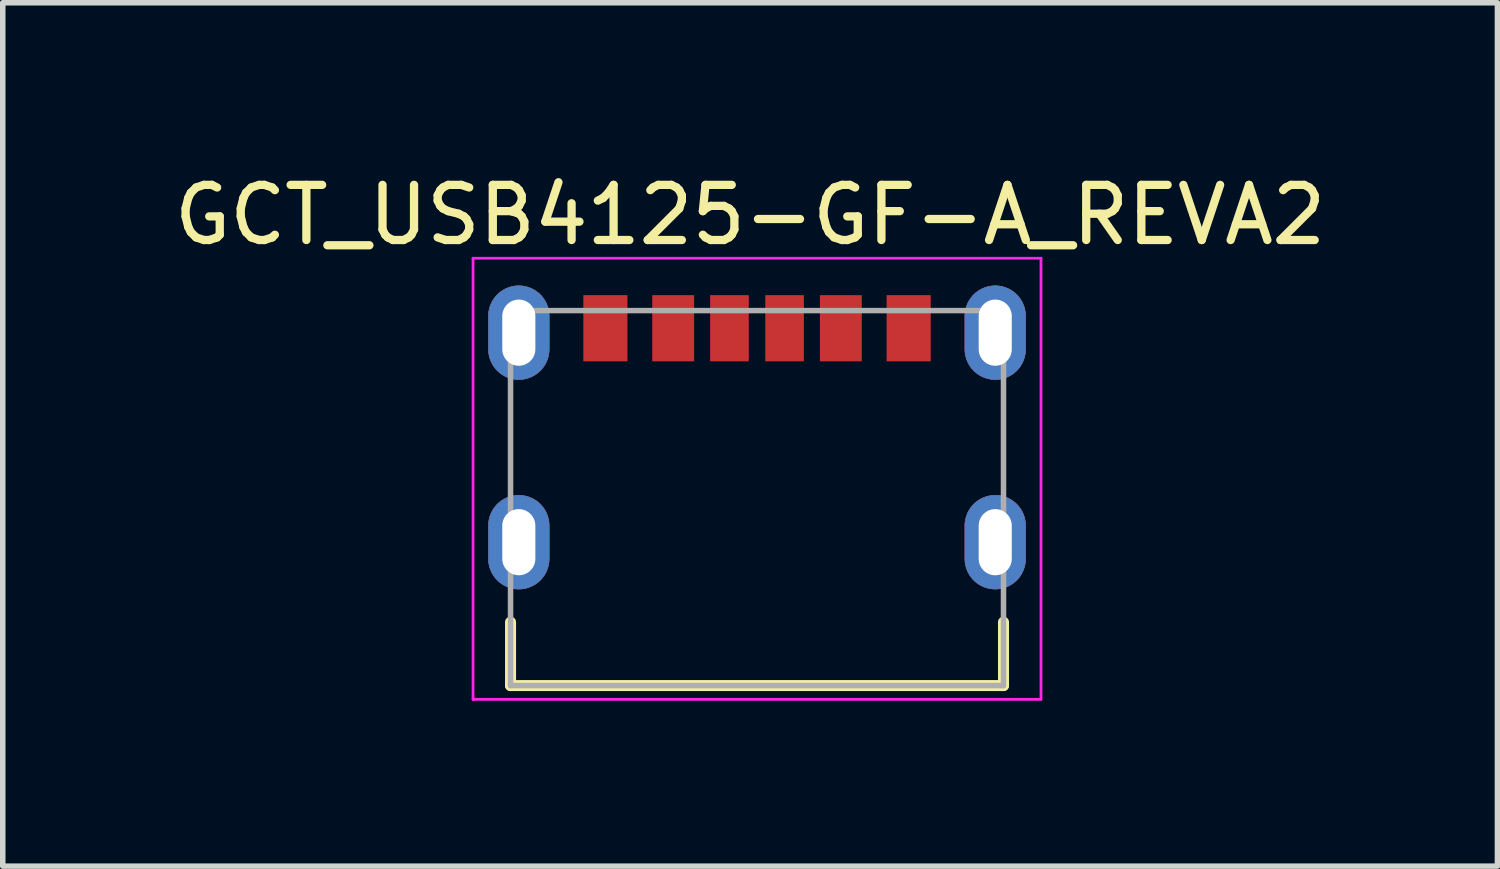
<source format=kicad_pcb>
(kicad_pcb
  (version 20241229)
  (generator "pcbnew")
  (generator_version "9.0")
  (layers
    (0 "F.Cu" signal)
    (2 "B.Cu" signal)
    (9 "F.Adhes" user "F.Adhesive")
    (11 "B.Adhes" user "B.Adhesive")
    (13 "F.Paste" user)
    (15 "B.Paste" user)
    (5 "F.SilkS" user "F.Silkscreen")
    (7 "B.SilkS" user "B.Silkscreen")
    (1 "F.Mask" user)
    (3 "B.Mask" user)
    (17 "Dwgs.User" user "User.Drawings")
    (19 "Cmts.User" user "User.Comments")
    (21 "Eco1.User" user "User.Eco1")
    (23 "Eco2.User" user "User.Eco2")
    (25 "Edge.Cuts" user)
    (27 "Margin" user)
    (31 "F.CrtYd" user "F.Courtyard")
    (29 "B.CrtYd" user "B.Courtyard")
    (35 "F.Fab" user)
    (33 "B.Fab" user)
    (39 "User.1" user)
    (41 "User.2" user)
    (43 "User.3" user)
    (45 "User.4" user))
  (footprint "GCT_USB4125-GF-A_REVA2"
    (layer "F.Cu")
    (at 10.679 5.983)
    (property "Reference" "GCT_USB4125-GF-A_REVA2" (at -0.125 -5.135 0) (layer "F.SilkS") (effects (font (size 1 1) (thickness 0.15))))
    (attr smd)
    (fp_poly (pts (xy -4.32 -3.85) (xy -4.349 -3.849) (xy -4.377 -3.847) (xy -4.406 -3.843) (xy -4.434 -3.838) (xy -4.462 -3.831) (xy -4.49 -3.823) (xy -4.517 -3.813) (xy -4.544 -3.802) (xy -4.57 -3.79) (xy -4.595 -3.776) (xy -4.62 -3.761) (xy -4.643 -3.745) (xy -4.666 -3.727) (xy -4.688 -3.709) (xy -4.709 -3.689) (xy -4.729 -3.668) (xy -4.747 -3.646) (xy -4.765 -3.623) (xy -4.781 -3.6) (xy -4.796 -3.575) (xy -4.81 -3.55) (xy -4.822 -3.524) (xy -4.833 -3.497) (xy -4.843 -3.47) (xy -4.851 -3.442) (xy -4.858 -3.414) (xy -4.863 -3.386) (xy -4.867 -3.357) (xy -4.869 -3.329) (xy -4.87 -3.3) (xy -4.87 -2.7) (xy -4.869 -2.671) (xy -4.867 -2.643) (xy -4.863 -2.614) (xy -4.858 -2.586) (xy -4.851 -2.558) (xy -4.843 -2.53) (xy -4.833 -2.503) (xy -4.822 -2.476) (xy -4.81 -2.45) (xy -4.796 -2.425) (xy -4.781 -2.4) (xy -4.765 -2.377) (xy -4.747 -2.354) (xy -4.729 -2.332) (xy -4.709 -2.311) (xy -4.688 -2.291) (xy -4.666 -2.273) (xy -4.643 -2.255) (xy -4.62 -2.239) (xy -4.595 -2.224) (xy -4.57 -2.21) (xy -4.544 -2.198) (xy -4.517 -2.187) (xy -4.49 -2.177) (xy -4.462 -2.169) (xy -4.434 -2.162) (xy -4.406 -2.157) (xy -4.377 -2.153) (xy -4.349 -2.151) (xy -4.32 -2.15) (xy -4.291 -2.151) (xy -4.263 -2.153) (xy -4.234 -2.157) (xy -4.206 -2.162) (xy -4.178 -2.169) (xy -4.15 -2.177) (xy -4.123 -2.187) (xy -4.096 -2.198) (xy -4.07 -2.21) (xy -4.045 -2.224) (xy -4.02 -2.239) (xy -3.997 -2.255) (xy -3.974 -2.273) (xy -3.952 -2.291) (xy -3.931 -2.311) (xy -3.911 -2.332) (xy -3.893 -2.354) (xy -3.875 -2.377) (xy -3.859 -2.4) (xy -3.844 -2.425) (xy -3.83 -2.45) (xy -3.818 -2.476) (xy -3.807 -2.503) (xy -3.797 -2.53) (xy -3.789 -2.558) (xy -3.782 -2.586) (xy -3.777 -2.614) (xy -3.773 -2.643) (xy -3.771 -2.671) (xy -3.77 -2.7) (xy -3.77 -3.3) (xy -3.771 -3.329) (xy -3.773 -3.357) (xy -3.777 -3.386) (xy -3.782 -3.414) (xy -3.789 -3.442) (xy -3.797 -3.47) (xy -3.807 -3.497) (xy -3.818 -3.524) (xy -3.83 -3.55) (xy -3.844 -3.575) (xy -3.859 -3.6) (xy -3.875 -3.623) (xy -3.893 -3.646) (xy -3.911 -3.668) (xy -3.931 -3.689) (xy -3.952 -3.709) (xy -3.974 -3.727) (xy -3.997 -3.745) (xy -4.02 -3.761) (xy -4.045 -3.776) (xy -4.07 -3.79) (xy -4.096 -3.802) (xy -4.123 -3.813) (xy -4.15 -3.823) (xy -4.178 -3.831) (xy -4.206 -3.838) (xy -4.234 -3.843) (xy -4.263 -3.847) (xy -4.291 -3.849) (xy -4.32 -3.85)) (stroke (width 0.01) (type solid)) (fill yes) (layer "F.Cu"))
    (fp_poly (pts (xy -4.32 -0.05) (xy -4.349 -0.049) (xy -4.377 -0.047) (xy -4.406 -0.043) (xy -4.434 -0.038) (xy -4.462 -0.031) (xy -4.49 -0.023) (xy -4.517 -0.013) (xy -4.544 -0.002) (xy -4.57 0.01) (xy -4.595 0.024) (xy -4.62 0.039) (xy -4.643 0.055) (xy -4.666 0.073) (xy -4.688 0.091) (xy -4.709 0.111) (xy -4.729 0.132) (xy -4.747 0.154) (xy -4.765 0.177) (xy -4.781 0.2) (xy -4.796 0.225) (xy -4.81 0.25) (xy -4.822 0.276) (xy -4.833 0.303) (xy -4.843 0.33) (xy -4.851 0.358) (xy -4.858 0.386) (xy -4.863 0.414) (xy -4.867 0.443) (xy -4.869 0.471) (xy -4.87 0.5) (xy -4.87 1.1) (xy -4.869 1.129) (xy -4.867 1.157) (xy -4.863 1.186) (xy -4.858 1.214) (xy -4.851 1.242) (xy -4.843 1.27) (xy -4.833 1.297) (xy -4.822 1.324) (xy -4.81 1.35) (xy -4.796 1.375) (xy -4.781 1.4) (xy -4.765 1.423) (xy -4.747 1.446) (xy -4.729 1.468) (xy -4.709 1.489) (xy -4.688 1.509) (xy -4.666 1.527) (xy -4.643 1.545) (xy -4.62 1.561) (xy -4.595 1.576) (xy -4.57 1.59) (xy -4.544 1.602) (xy -4.517 1.613) (xy -4.49 1.623) (xy -4.462 1.631) (xy -4.434 1.638) (xy -4.406 1.643) (xy -4.377 1.647) (xy -4.349 1.649) (xy -4.32 1.65) (xy -4.291 1.649) (xy -4.263 1.647) (xy -4.234 1.643) (xy -4.206 1.638) (xy -4.178 1.631) (xy -4.15 1.623) (xy -4.123 1.613) (xy -4.096 1.602) (xy -4.07 1.59) (xy -4.045 1.576) (xy -4.02 1.561) (xy -3.997 1.545) (xy -3.974 1.527) (xy -3.952 1.509) (xy -3.931 1.489) (xy -3.911 1.468) (xy -3.893 1.446) (xy -3.875 1.423) (xy -3.859 1.4) (xy -3.844 1.375) (xy -3.83 1.35) (xy -3.818 1.324) (xy -3.807 1.297) (xy -3.797 1.27) (xy -3.789 1.242) (xy -3.782 1.214) (xy -3.777 1.186) (xy -3.773 1.157) (xy -3.771 1.129) (xy -3.77 1.1) (xy -3.77 0.5) (xy -3.771 0.471) (xy -3.773 0.443) (xy -3.777 0.414) (xy -3.782 0.386) (xy -3.789 0.358) (xy -3.797 0.33) (xy -3.807 0.303) (xy -3.818 0.276) (xy -3.83 0.25) (xy -3.844 0.225) (xy -3.859 0.2) (xy -3.875 0.177) (xy -3.893 0.154) (xy -3.911 0.132) (xy -3.931 0.111) (xy -3.952 0.091) (xy -3.974 0.073) (xy -3.997 0.055) (xy -4.02 0.039) (xy -4.045 0.024) (xy -4.07 0.01) (xy -4.096 -0.002) (xy -4.123 -0.013) (xy -4.15 -0.023) (xy -4.178 -0.031) (xy -4.206 -0.038) (xy -4.234 -0.043) (xy -4.263 -0.047) (xy -4.291 -0.049) (xy -4.32 -0.05)) (stroke (width 0.01) (type solid)) (fill yes) (layer "F.Cu"))
    (fp_poly (pts (xy 4.32 -3.85) (xy 4.291 -3.849) (xy 4.263 -3.847) (xy 4.234 -3.843) (xy 4.206 -3.838) (xy 4.178 -3.831) (xy 4.15 -3.823) (xy 4.123 -3.813) (xy 4.096 -3.802) (xy 4.07 -3.79) (xy 4.045 -3.776) (xy 4.02 -3.761) (xy 3.997 -3.745) (xy 3.974 -3.727) (xy 3.952 -3.709) (xy 3.931 -3.689) (xy 3.911 -3.668) (xy 3.893 -3.646) (xy 3.875 -3.623) (xy 3.859 -3.6) (xy 3.844 -3.575) (xy 3.83 -3.55) (xy 3.818 -3.524) (xy 3.807 -3.497) (xy 3.797 -3.47) (xy 3.789 -3.442) (xy 3.782 -3.414) (xy 3.777 -3.386) (xy 3.773 -3.357) (xy 3.771 -3.329) (xy 3.77 -3.3) (xy 3.77 -2.7) (xy 3.771 -2.671) (xy 3.773 -2.643) (xy 3.777 -2.614) (xy 3.782 -2.586) (xy 3.789 -2.558) (xy 3.797 -2.53) (xy 3.807 -2.503) (xy 3.818 -2.476) (xy 3.83 -2.45) (xy 3.844 -2.425) (xy 3.859 -2.4) (xy 3.875 -2.377) (xy 3.893 -2.354) (xy 3.911 -2.332) (xy 3.931 -2.311) (xy 3.952 -2.291) (xy 3.974 -2.273) (xy 3.997 -2.255) (xy 4.02 -2.239) (xy 4.045 -2.224) (xy 4.07 -2.21) (xy 4.096 -2.198) (xy 4.123 -2.187) (xy 4.15 -2.177) (xy 4.178 -2.169) (xy 4.206 -2.162) (xy 4.234 -2.157) (xy 4.263 -2.153) (xy 4.291 -2.151) (xy 4.32 -2.15) (xy 4.349 -2.151) (xy 4.377 -2.153) (xy 4.406 -2.157) (xy 4.434 -2.162) (xy 4.462 -2.169) (xy 4.49 -2.177) (xy 4.517 -2.187) (xy 4.544 -2.198) (xy 4.57 -2.21) (xy 4.595 -2.224) (xy 4.62 -2.239) (xy 4.643 -2.255) (xy 4.666 -2.273) (xy 4.688 -2.291) (xy 4.709 -2.311) (xy 4.729 -2.332) (xy 4.747 -2.354) (xy 4.765 -2.377) (xy 4.781 -2.4) (xy 4.796 -2.425) (xy 4.81 -2.45) (xy 4.822 -2.476) (xy 4.833 -2.503) (xy 4.843 -2.53) (xy 4.851 -2.558) (xy 4.858 -2.586) (xy 4.863 -2.614) (xy 4.867 -2.643) (xy 4.869 -2.671) (xy 4.87 -2.7) (xy 4.87 -3.3) (xy 4.869 -3.329) (xy 4.867 -3.357) (xy 4.863 -3.386) (xy 4.858 -3.414) (xy 4.851 -3.442) (xy 4.843 -3.47) (xy 4.833 -3.497) (xy 4.822 -3.524) (xy 4.81 -3.55) (xy 4.796 -3.575) (xy 4.781 -3.6) (xy 4.765 -3.623) (xy 4.747 -3.646) (xy 4.729 -3.668) (xy 4.709 -3.689) (xy 4.688 -3.709) (xy 4.666 -3.727) (xy 4.643 -3.745) (xy 4.62 -3.761) (xy 4.595 -3.776) (xy 4.57 -3.79) (xy 4.544 -3.802) (xy 4.517 -3.813) (xy 4.49 -3.823) (xy 4.462 -3.831) (xy 4.434 -3.838) (xy 4.406 -3.843) (xy 4.377 -3.847) (xy 4.349 -3.849) (xy 4.32 -3.85)) (stroke (width 0.01) (type solid)) (fill yes) (layer "F.Cu"))
    (fp_poly (pts (xy 4.32 -0.05) (xy 4.291 -0.049) (xy 4.263 -0.047) (xy 4.234 -0.043) (xy 4.206 -0.038) (xy 4.178 -0.031) (xy 4.15 -0.023) (xy 4.123 -0.013) (xy 4.096 -0.002) (xy 4.07 0.01) (xy 4.045 0.024) (xy 4.02 0.039) (xy 3.997 0.055) (xy 3.974 0.073) (xy 3.952 0.091) (xy 3.931 0.111) (xy 3.911 0.132) (xy 3.893 0.154) (xy 3.875 0.177) (xy 3.859 0.2) (xy 3.844 0.225) (xy 3.83 0.25) (xy 3.818 0.276) (xy 3.807 0.303) (xy 3.797 0.33) (xy 3.789 0.358) (xy 3.782 0.386) (xy 3.777 0.414) (xy 3.773 0.443) (xy 3.771 0.471) (xy 3.77 0.5) (xy 3.77 1.1) (xy 3.771 1.129) (xy 3.773 1.157) (xy 3.777 1.186) (xy 3.782 1.214) (xy 3.789 1.242) (xy 3.797 1.27) (xy 3.807 1.297) (xy 3.818 1.324) (xy 3.83 1.35) (xy 3.844 1.375) (xy 3.859 1.4) (xy 3.875 1.423) (xy 3.893 1.446) (xy 3.911 1.468) (xy 3.931 1.489) (xy 3.952 1.509) (xy 3.974 1.527) (xy 3.997 1.545) (xy 4.02 1.561) (xy 4.045 1.576) (xy 4.07 1.59) (xy 4.096 1.602) (xy 4.123 1.613) (xy 4.15 1.623) (xy 4.178 1.631) (xy 4.206 1.638) (xy 4.234 1.643) (xy 4.263 1.647) (xy 4.291 1.649) (xy 4.32 1.65) (xy 4.349 1.649) (xy 4.377 1.647) (xy 4.406 1.643) (xy 4.434 1.638) (xy 4.462 1.631) (xy 4.49 1.623) (xy 4.517 1.613) (xy 4.544 1.602) (xy 4.57 1.59) (xy 4.595 1.576) (xy 4.62 1.561) (xy 4.643 1.545) (xy 4.666 1.527) (xy 4.688 1.509) (xy 4.709 1.489) (xy 4.729 1.468) (xy 4.747 1.446) (xy 4.765 1.423) (xy 4.781 1.4) (xy 4.796 1.375) (xy 4.81 1.35) (xy 4.822 1.324) (xy 4.833 1.297) (xy 4.843 1.27) (xy 4.851 1.242) (xy 4.858 1.214) (xy 4.863 1.186) (xy 4.867 1.157) (xy 4.869 1.129) (xy 4.87 1.1) (xy 4.87 0.5) (xy 4.869 0.471) (xy 4.867 0.443) (xy 4.863 0.414) (xy 4.858 0.386) (xy 4.851 0.358) (xy 4.843 0.33) (xy 4.833 0.303) (xy 4.822 0.276) (xy 4.81 0.25) (xy 4.796 0.225) (xy 4.781 0.2) (xy 4.765 0.177) (xy 4.747 0.154) (xy 4.729 0.132) (xy 4.709 0.111) (xy 4.688 0.091) (xy 4.666 0.073) (xy 4.643 0.055) (xy 4.62 0.039) (xy 4.595 0.024) (xy 4.57 0.01) (xy 4.544 -0.002) (xy 4.517 -0.013) (xy 4.49 -0.023) (xy 4.462 -0.031) (xy 4.434 -0.038) (xy 4.406 -0.043) (xy 4.377 -0.047) (xy 4.349 -0.049) (xy 4.32 -0.05)) (stroke (width 0.01) (type solid)) (fill yes) (layer "F.Cu"))
    (fp_poly (pts (xy -4.32 -3.95) (xy -4.354 -3.949) (xy -4.388 -3.946) (xy -4.422 -3.942) (xy -4.455 -3.936) (xy -4.488 -3.928) (xy -4.521 -3.918) (xy -4.553 -3.907) (xy -4.584 -3.894) (xy -4.615 -3.879) (xy -4.645 -3.863) (xy -4.674 -3.845) (xy -4.702 -3.826) (xy -4.729 -3.805) (xy -4.755 -3.783) (xy -4.78 -3.76) (xy -4.803 -3.735) (xy -4.825 -3.709) (xy -4.846 -3.682) (xy -4.865 -3.654) (xy -4.883 -3.625) (xy -4.899 -3.595) (xy -4.914 -3.564) (xy -4.927 -3.533) (xy -4.938 -3.501) (xy -4.948 -3.468) (xy -4.956 -3.435) (xy -4.962 -3.402) (xy -4.966 -3.368) (xy -4.969 -3.334) (xy -4.97 -3.3) (xy -4.97 -2.7) (xy -4.969 -2.666) (xy -4.966 -2.632) (xy -4.962 -2.598) (xy -4.956 -2.565) (xy -4.948 -2.532) (xy -4.938 -2.499) (xy -4.927 -2.467) (xy -4.914 -2.436) (xy -4.899 -2.405) (xy -4.883 -2.375) (xy -4.865 -2.346) (xy -4.846 -2.318) (xy -4.825 -2.291) (xy -4.803 -2.265) (xy -4.78 -2.24) (xy -4.755 -2.217) (xy -4.729 -2.195) (xy -4.702 -2.174) (xy -4.674 -2.155) (xy -4.645 -2.137) (xy -4.615 -2.121) (xy -4.584 -2.106) (xy -4.553 -2.093) (xy -4.521 -2.082) (xy -4.488 -2.072) (xy -4.455 -2.064) (xy -4.422 -2.058) (xy -4.388 -2.054) (xy -4.354 -2.051) (xy -4.32 -2.05) (xy -4.286 -2.051) (xy -4.252 -2.054) (xy -4.218 -2.058) (xy -4.185 -2.064) (xy -4.152 -2.072) (xy -4.119 -2.082) (xy -4.087 -2.093) (xy -4.056 -2.106) (xy -4.025 -2.121) (xy -3.995 -2.137) (xy -3.966 -2.155) (xy -3.938 -2.174) (xy -3.911 -2.195) (xy -3.885 -2.217) (xy -3.86 -2.24) (xy -3.837 -2.265) (xy -3.815 -2.291) (xy -3.794 -2.318) (xy -3.775 -2.346) (xy -3.757 -2.375) (xy -3.741 -2.405) (xy -3.726 -2.436) (xy -3.713 -2.467) (xy -3.702 -2.499) (xy -3.692 -2.532) (xy -3.684 -2.565) (xy -3.678 -2.598) (xy -3.674 -2.632) (xy -3.671 -2.666) (xy -3.67 -2.7) (xy -3.67 -3.3) (xy -3.671 -3.334) (xy -3.674 -3.368) (xy -3.678 -3.402) (xy -3.684 -3.435) (xy -3.692 -3.468) (xy -3.702 -3.501) (xy -3.713 -3.533) (xy -3.726 -3.564) (xy -3.741 -3.595) (xy -3.757 -3.625) (xy -3.775 -3.654) (xy -3.794 -3.682) (xy -3.815 -3.709) (xy -3.837 -3.735) (xy -3.86 -3.76) (xy -3.885 -3.783) (xy -3.911 -3.805) (xy -3.938 -3.826) (xy -3.966 -3.845) (xy -3.995 -3.863) (xy -4.025 -3.879) (xy -4.056 -3.894) (xy -4.087 -3.907) (xy -4.119 -3.918) (xy -4.152 -3.928) (xy -4.185 -3.936) (xy -4.218 -3.942) (xy -4.252 -3.946) (xy -4.286 -3.949) (xy -4.32 -3.95)) (stroke (width 0.01) (type solid)) (fill yes) (layer "F.Mask"))
    (fp_poly (pts (xy -4.32 -0.15) (xy -4.354 -0.149) (xy -4.388 -0.146) (xy -4.422 -0.142) (xy -4.455 -0.136) (xy -4.488 -0.128) (xy -4.521 -0.118) (xy -4.553 -0.107) (xy -4.584 -0.094) (xy -4.615 -0.079) (xy -4.645 -0.063) (xy -4.674 -0.045) (xy -4.702 -0.026) (xy -4.729 -0.005) (xy -4.755 0.017) (xy -4.78 0.04) (xy -4.803 0.065) (xy -4.825 0.091) (xy -4.846 0.118) (xy -4.865 0.146) (xy -4.883 0.175) (xy -4.899 0.205) (xy -4.914 0.236) (xy -4.927 0.267) (xy -4.938 0.299) (xy -4.948 0.332) (xy -4.956 0.365) (xy -4.962 0.398) (xy -4.966 0.432) (xy -4.969 0.466) (xy -4.97 0.5) (xy -4.97 1.1) (xy -4.969 1.134) (xy -4.966 1.168) (xy -4.962 1.202) (xy -4.956 1.235) (xy -4.948 1.268) (xy -4.938 1.301) (xy -4.927 1.333) (xy -4.914 1.364) (xy -4.899 1.395) (xy -4.883 1.425) (xy -4.865 1.454) (xy -4.846 1.482) (xy -4.825 1.509) (xy -4.803 1.535) (xy -4.78 1.56) (xy -4.755 1.583) (xy -4.729 1.605) (xy -4.702 1.626) (xy -4.674 1.645) (xy -4.645 1.663) (xy -4.615 1.679) (xy -4.584 1.694) (xy -4.553 1.707) (xy -4.521 1.718) (xy -4.488 1.728) (xy -4.455 1.736) (xy -4.422 1.742) (xy -4.388 1.746) (xy -4.354 1.749) (xy -4.32 1.75) (xy -4.286 1.749) (xy -4.252 1.746) (xy -4.218 1.742) (xy -4.185 1.736) (xy -4.152 1.728) (xy -4.119 1.718) (xy -4.087 1.707) (xy -4.056 1.694) (xy -4.025 1.679) (xy -3.995 1.663) (xy -3.966 1.645) (xy -3.938 1.626) (xy -3.911 1.605) (xy -3.885 1.583) (xy -3.86 1.56) (xy -3.837 1.535) (xy -3.815 1.509) (xy -3.794 1.482) (xy -3.775 1.454) (xy -3.757 1.425) (xy -3.741 1.395) (xy -3.726 1.364) (xy -3.713 1.333) (xy -3.702 1.301) (xy -3.692 1.268) (xy -3.684 1.235) (xy -3.678 1.202) (xy -3.674 1.168) (xy -3.671 1.134) (xy -3.67 1.1) (xy -3.67 0.5) (xy -3.671 0.466) (xy -3.674 0.432) (xy -3.678 0.398) (xy -3.684 0.365) (xy -3.692 0.332) (xy -3.702 0.299) (xy -3.713 0.267) (xy -3.726 0.236) (xy -3.741 0.205) (xy -3.757 0.175) (xy -3.775 0.146) (xy -3.794 0.118) (xy -3.815 0.091) (xy -3.837 0.065) (xy -3.86 0.04) (xy -3.885 0.017) (xy -3.911 -0.005) (xy -3.938 -0.026) (xy -3.966 -0.045) (xy -3.995 -0.063) (xy -4.025 -0.079) (xy -4.056 -0.094) (xy -4.087 -0.107) (xy -4.119 -0.118) (xy -4.152 -0.128) (xy -4.185 -0.136) (xy -4.218 -0.142) (xy -4.252 -0.146) (xy -4.286 -0.149) (xy -4.32 -0.15)) (stroke (width 0.01) (type solid)) (fill yes) (layer "F.Mask"))
    (fp_poly (pts (xy 4.32 -3.95) (xy 4.286 -3.949) (xy 4.252 -3.946) (xy 4.218 -3.942) (xy 4.185 -3.936) (xy 4.152 -3.928) (xy 4.119 -3.918) (xy 4.087 -3.907) (xy 4.056 -3.894) (xy 4.025 -3.879) (xy 3.995 -3.863) (xy 3.966 -3.845) (xy 3.938 -3.826) (xy 3.911 -3.805) (xy 3.885 -3.783) (xy 3.86 -3.76) (xy 3.837 -3.735) (xy 3.815 -3.709) (xy 3.794 -3.682) (xy 3.775 -3.654) (xy 3.757 -3.625) (xy 3.741 -3.595) (xy 3.726 -3.564) (xy 3.713 -3.533) (xy 3.702 -3.501) (xy 3.692 -3.468) (xy 3.684 -3.435) (xy 3.678 -3.402) (xy 3.674 -3.368) (xy 3.671 -3.334) (xy 3.67 -3.3) (xy 3.67 -2.7) (xy 3.671 -2.666) (xy 3.674 -2.632) (xy 3.678 -2.598) (xy 3.684 -2.565) (xy 3.692 -2.532) (xy 3.702 -2.499) (xy 3.713 -2.467) (xy 3.726 -2.436) (xy 3.741 -2.405) (xy 3.757 -2.375) (xy 3.775 -2.346) (xy 3.794 -2.318) (xy 3.815 -2.291) (xy 3.837 -2.265) (xy 3.86 -2.24) (xy 3.885 -2.217) (xy 3.911 -2.195) (xy 3.938 -2.174) (xy 3.966 -2.155) (xy 3.995 -2.137) (xy 4.025 -2.121) (xy 4.056 -2.106) (xy 4.087 -2.093) (xy 4.119 -2.082) (xy 4.152 -2.072) (xy 4.185 -2.064) (xy 4.218 -2.058) (xy 4.252 -2.054) (xy 4.286 -2.051) (xy 4.32 -2.05) (xy 4.354 -2.051) (xy 4.388 -2.054) (xy 4.422 -2.058) (xy 4.455 -2.064) (xy 4.488 -2.072) (xy 4.521 -2.082) (xy 4.553 -2.093) (xy 4.584 -2.106) (xy 4.615 -2.121) (xy 4.645 -2.137) (xy 4.674 -2.155) (xy 4.702 -2.174) (xy 4.729 -2.195) (xy 4.755 -2.217) (xy 4.78 -2.24) (xy 4.803 -2.265) (xy 4.825 -2.291) (xy 4.846 -2.318) (xy 4.865 -2.346) (xy 4.883 -2.375) (xy 4.899 -2.405) (xy 4.914 -2.436) (xy 4.927 -2.467) (xy 4.938 -2.499) (xy 4.948 -2.532) (xy 4.956 -2.565) (xy 4.962 -2.598) (xy 4.966 -2.632) (xy 4.969 -2.666) (xy 4.97 -2.7) (xy 4.97 -3.3) (xy 4.969 -3.334) (xy 4.966 -3.368) (xy 4.962 -3.402) (xy 4.956 -3.435) (xy 4.948 -3.468) (xy 4.938 -3.501) (xy 4.927 -3.533) (xy 4.914 -3.564) (xy 4.899 -3.595) (xy 4.883 -3.625) (xy 4.865 -3.654) (xy 4.846 -3.682) (xy 4.825 -3.709) (xy 4.803 -3.735) (xy 4.78 -3.76) (xy 4.755 -3.783) (xy 4.729 -3.805) (xy 4.702 -3.826) (xy 4.674 -3.845) (xy 4.645 -3.863) (xy 4.615 -3.879) (xy 4.584 -3.894) (xy 4.553 -3.907) (xy 4.521 -3.918) (xy 4.488 -3.928) (xy 4.455 -3.936) (xy 4.422 -3.942) (xy 4.388 -3.946) (xy 4.354 -3.949) (xy 4.32 -3.95)) (stroke (width 0.01) (type solid)) (fill yes) (layer "F.Mask"))
    (fp_poly (pts (xy 4.32 -0.15) (xy 4.286 -0.149) (xy 4.252 -0.146) (xy 4.218 -0.142) (xy 4.185 -0.136) (xy 4.152 -0.128) (xy 4.119 -0.118) (xy 4.087 -0.107) (xy 4.056 -0.094) (xy 4.025 -0.079) (xy 3.995 -0.063) (xy 3.966 -0.045) (xy 3.938 -0.026) (xy 3.911 -0.005) (xy 3.885 0.017) (xy 3.86 0.04) (xy 3.837 0.065) (xy 3.815 0.091) (xy 3.794 0.118) (xy 3.775 0.146) (xy 3.757 0.175) (xy 3.741 0.205) (xy 3.726 0.236) (xy 3.713 0.267) (xy 3.702 0.299) (xy 3.692 0.332) (xy 3.684 0.365) (xy 3.678 0.398) (xy 3.674 0.432) (xy 3.671 0.466) (xy 3.67 0.5) (xy 3.67 1.1) (xy 3.671 1.134) (xy 3.674 1.168) (xy 3.678 1.202) (xy 3.684 1.235) (xy 3.692 1.268) (xy 3.702 1.301) (xy 3.713 1.333) (xy 3.726 1.364) (xy 3.741 1.395) (xy 3.757 1.425) (xy 3.775 1.454) (xy 3.794 1.482) (xy 3.815 1.509) (xy 3.837 1.535) (xy 3.86 1.56) (xy 3.885 1.583) (xy 3.911 1.605) (xy 3.938 1.626) (xy 3.966 1.645) (xy 3.995 1.663) (xy 4.025 1.679) (xy 4.056 1.694) (xy 4.087 1.707) (xy 4.119 1.718) (xy 4.152 1.728) (xy 4.185 1.736) (xy 4.218 1.742) (xy 4.252 1.746) (xy 4.286 1.749) (xy 4.32 1.75) (xy 4.354 1.749) (xy 4.388 1.746) (xy 4.422 1.742) (xy 4.455 1.736) (xy 4.488 1.728) (xy 4.521 1.718) (xy 4.553 1.707) (xy 4.584 1.694) (xy 4.615 1.679) (xy 4.645 1.663) (xy 4.674 1.645) (xy 4.702 1.626) (xy 4.729 1.605) (xy 4.755 1.583) (xy 4.78 1.56) (xy 4.803 1.535) (xy 4.825 1.509) (xy 4.846 1.482) (xy 4.865 1.454) (xy 4.883 1.425) (xy 4.899 1.395) (xy 4.914 1.364) (xy 4.927 1.333) (xy 4.938 1.301) (xy 4.948 1.268) (xy 4.956 1.235) (xy 4.962 1.202) (xy 4.966 1.168) (xy 4.969 1.134) (xy 4.97 1.1) (xy 4.97 0.5) (xy 4.969 0.466) (xy 4.966 0.432) (xy 4.962 0.398) (xy 4.956 0.365) (xy 4.948 0.332) (xy 4.938 0.299) (xy 4.927 0.267) (xy 4.914 0.236) (xy 4.899 0.205) (xy 4.883 0.175) (xy 4.865 0.146) (xy 4.846 0.118) (xy 4.825 0.091) (xy 4.803 0.065) (xy 4.78 0.04) (xy 4.755 0.017) (xy 4.729 -0.005) (xy 4.702 -0.026) (xy 4.674 -0.045) (xy 4.645 -0.063) (xy 4.615 -0.079) (xy 4.584 -0.094) (xy 4.553 -0.107) (xy 4.521 -0.118) (xy 4.488 -0.128) (xy 4.455 -0.136) (xy 4.422 -0.142) (xy 4.388 -0.146) (xy 4.354 -0.149) (xy 4.32 -0.15)) (stroke (width 0.01) (type solid)) (fill yes) (layer "F.Mask"))
    (fp_poly (pts (xy -4.32 -3.85) (xy -4.349 -3.849) (xy -4.377 -3.847) (xy -4.406 -3.843) (xy -4.434 -3.838) (xy -4.462 -3.831) (xy -4.49 -3.823) (xy -4.517 -3.813) (xy -4.544 -3.802) (xy -4.57 -3.79) (xy -4.595 -3.776) (xy -4.62 -3.761) (xy -4.643 -3.745) (xy -4.666 -3.727) (xy -4.688 -3.709) (xy -4.709 -3.689) (xy -4.729 -3.668) (xy -4.747 -3.646) (xy -4.765 -3.623) (xy -4.781 -3.6) (xy -4.796 -3.575) (xy -4.81 -3.55) (xy -4.822 -3.524) (xy -4.833 -3.497) (xy -4.843 -3.47) (xy -4.851 -3.442) (xy -4.858 -3.414) (xy -4.863 -3.386) (xy -4.867 -3.357) (xy -4.869 -3.329) (xy -4.87 -3.3) (xy -4.87 -2.7) (xy -4.869 -2.671) (xy -4.867 -2.643) (xy -4.863 -2.614) (xy -4.858 -2.586) (xy -4.851 -2.558) (xy -4.843 -2.53) (xy -4.833 -2.503) (xy -4.822 -2.476) (xy -4.81 -2.45) (xy -4.796 -2.425) (xy -4.781 -2.4) (xy -4.765 -2.377) (xy -4.747 -2.354) (xy -4.729 -2.332) (xy -4.709 -2.311) (xy -4.688 -2.291) (xy -4.666 -2.273) (xy -4.643 -2.255) (xy -4.62 -2.239) (xy -4.595 -2.224) (xy -4.57 -2.21) (xy -4.544 -2.198) (xy -4.517 -2.187) (xy -4.49 -2.177) (xy -4.462 -2.169) (xy -4.434 -2.162) (xy -4.406 -2.157) (xy -4.377 -2.153) (xy -4.349 -2.151) (xy -4.32 -2.15) (xy -4.291 -2.151) (xy -4.263 -2.153) (xy -4.234 -2.157) (xy -4.206 -2.162) (xy -4.178 -2.169) (xy -4.15 -2.177) (xy -4.123 -2.187) (xy -4.096 -2.198) (xy -4.07 -2.21) (xy -4.045 -2.224) (xy -4.02 -2.239) (xy -3.997 -2.255) (xy -3.974 -2.273) (xy -3.952 -2.291) (xy -3.931 -2.311) (xy -3.911 -2.332) (xy -3.893 -2.354) (xy -3.875 -2.377) (xy -3.859 -2.4) (xy -3.844 -2.425) (xy -3.83 -2.45) (xy -3.818 -2.476) (xy -3.807 -2.503) (xy -3.797 -2.53) (xy -3.789 -2.558) (xy -3.782 -2.586) (xy -3.777 -2.614) (xy -3.773 -2.643) (xy -3.771 -2.671) (xy -3.77 -2.7) (xy -3.77 -3.3) (xy -3.771 -3.329) (xy -3.773 -3.357) (xy -3.777 -3.386) (xy -3.782 -3.414) (xy -3.789 -3.442) (xy -3.797 -3.47) (xy -3.807 -3.497) (xy -3.818 -3.524) (xy -3.83 -3.55) (xy -3.844 -3.575) (xy -3.859 -3.6) (xy -3.875 -3.623) (xy -3.893 -3.646) (xy -3.911 -3.668) (xy -3.931 -3.689) (xy -3.952 -3.709) (xy -3.974 -3.727) (xy -3.997 -3.745) (xy -4.02 -3.761) (xy -4.045 -3.776) (xy -4.07 -3.79) (xy -4.096 -3.802) (xy -4.123 -3.813) (xy -4.15 -3.823) (xy -4.178 -3.831) (xy -4.206 -3.838) (xy -4.234 -3.843) (xy -4.263 -3.847) (xy -4.291 -3.849) (xy -4.32 -3.85)) (stroke (width 0.01) (type solid)) (fill yes) (layer "B.Cu"))
    (fp_poly (pts (xy -4.32 -0.05) (xy -4.349 -0.049) (xy -4.377 -0.047) (xy -4.406 -0.043) (xy -4.434 -0.038) (xy -4.462 -0.031) (xy -4.49 -0.023) (xy -4.517 -0.013) (xy -4.544 -0.002) (xy -4.57 0.01) (xy -4.595 0.024) (xy -4.62 0.039) (xy -4.643 0.055) (xy -4.666 0.073) (xy -4.688 0.091) (xy -4.709 0.111) (xy -4.729 0.132) (xy -4.747 0.154) (xy -4.765 0.177) (xy -4.781 0.2) (xy -4.796 0.225) (xy -4.81 0.25) (xy -4.822 0.276) (xy -4.833 0.303) (xy -4.843 0.33) (xy -4.851 0.358) (xy -4.858 0.386) (xy -4.863 0.414) (xy -4.867 0.443) (xy -4.869 0.471) (xy -4.87 0.5) (xy -4.87 1.1) (xy -4.869 1.129) (xy -4.867 1.157) (xy -4.863 1.186) (xy -4.858 1.214) (xy -4.851 1.242) (xy -4.843 1.27) (xy -4.833 1.297) (xy -4.822 1.324) (xy -4.81 1.35) (xy -4.796 1.375) (xy -4.781 1.4) (xy -4.765 1.423) (xy -4.747 1.446) (xy -4.729 1.468) (xy -4.709 1.489) (xy -4.688 1.509) (xy -4.666 1.527) (xy -4.643 1.545) (xy -4.62 1.561) (xy -4.595 1.576) (xy -4.57 1.59) (xy -4.544 1.602) (xy -4.517 1.613) (xy -4.49 1.623) (xy -4.462 1.631) (xy -4.434 1.638) (xy -4.406 1.643) (xy -4.377 1.647) (xy -4.349 1.649) (xy -4.32 1.65) (xy -4.291 1.649) (xy -4.263 1.647) (xy -4.234 1.643) (xy -4.206 1.638) (xy -4.178 1.631) (xy -4.15 1.623) (xy -4.123 1.613) (xy -4.096 1.602) (xy -4.07 1.59) (xy -4.045 1.576) (xy -4.02 1.561) (xy -3.997 1.545) (xy -3.974 1.527) (xy -3.952 1.509) (xy -3.931 1.489) (xy -3.911 1.468) (xy -3.893 1.446) (xy -3.875 1.423) (xy -3.859 1.4) (xy -3.844 1.375) (xy -3.83 1.35) (xy -3.818 1.324) (xy -3.807 1.297) (xy -3.797 1.27) (xy -3.789 1.242) (xy -3.782 1.214) (xy -3.777 1.186) (xy -3.773 1.157) (xy -3.771 1.129) (xy -3.77 1.1) (xy -3.77 0.5) (xy -3.771 0.471) (xy -3.773 0.443) (xy -3.777 0.414) (xy -3.782 0.386) (xy -3.789 0.358) (xy -3.797 0.33) (xy -3.807 0.303) (xy -3.818 0.276) (xy -3.83 0.25) (xy -3.844 0.225) (xy -3.859 0.2) (xy -3.875 0.177) (xy -3.893 0.154) (xy -3.911 0.132) (xy -3.931 0.111) (xy -3.952 0.091) (xy -3.974 0.073) (xy -3.997 0.055) (xy -4.02 0.039) (xy -4.045 0.024) (xy -4.07 0.01) (xy -4.096 -0.002) (xy -4.123 -0.013) (xy -4.15 -0.023) (xy -4.178 -0.031) (xy -4.206 -0.038) (xy -4.234 -0.043) (xy -4.263 -0.047) (xy -4.291 -0.049) (xy -4.32 -0.05)) (stroke (width 0.01) (type solid)) (fill yes) (layer "B.Cu"))
    (fp_poly (pts (xy 4.32 -3.85) (xy 4.291 -3.849) (xy 4.263 -3.847) (xy 4.234 -3.843) (xy 4.206 -3.838) (xy 4.178 -3.831) (xy 4.15 -3.823) (xy 4.123 -3.813) (xy 4.096 -3.802) (xy 4.07 -3.79) (xy 4.045 -3.776) (xy 4.02 -3.761) (xy 3.997 -3.745) (xy 3.974 -3.727) (xy 3.952 -3.709) (xy 3.931 -3.689) (xy 3.911 -3.668) (xy 3.893 -3.646) (xy 3.875 -3.623) (xy 3.859 -3.6) (xy 3.844 -3.575) (xy 3.83 -3.55) (xy 3.818 -3.524) (xy 3.807 -3.497) (xy 3.797 -3.47) (xy 3.789 -3.442) (xy 3.782 -3.414) (xy 3.777 -3.386) (xy 3.773 -3.357) (xy 3.771 -3.329) (xy 3.77 -3.3) (xy 3.77 -2.7) (xy 3.771 -2.671) (xy 3.773 -2.643) (xy 3.777 -2.614) (xy 3.782 -2.586) (xy 3.789 -2.558) (xy 3.797 -2.53) (xy 3.807 -2.503) (xy 3.818 -2.476) (xy 3.83 -2.45) (xy 3.844 -2.425) (xy 3.859 -2.4) (xy 3.875 -2.377) (xy 3.893 -2.354) (xy 3.911 -2.332) (xy 3.931 -2.311) (xy 3.952 -2.291) (xy 3.974 -2.273) (xy 3.997 -2.255) (xy 4.02 -2.239) (xy 4.045 -2.224) (xy 4.07 -2.21) (xy 4.096 -2.198) (xy 4.123 -2.187) (xy 4.15 -2.177) (xy 4.178 -2.169) (xy 4.206 -2.162) (xy 4.234 -2.157) (xy 4.263 -2.153) (xy 4.291 -2.151) (xy 4.32 -2.15) (xy 4.349 -2.151) (xy 4.377 -2.153) (xy 4.406 -2.157) (xy 4.434 -2.162) (xy 4.462 -2.169) (xy 4.49 -2.177) (xy 4.517 -2.187) (xy 4.544 -2.198) (xy 4.57 -2.21) (xy 4.595 -2.224) (xy 4.62 -2.239) (xy 4.643 -2.255) (xy 4.666 -2.273) (xy 4.688 -2.291) (xy 4.709 -2.311) (xy 4.729 -2.332) (xy 4.747 -2.354) (xy 4.765 -2.377) (xy 4.781 -2.4) (xy 4.796 -2.425) (xy 4.81 -2.45) (xy 4.822 -2.476) (xy 4.833 -2.503) (xy 4.843 -2.53) (xy 4.851 -2.558) (xy 4.858 -2.586) (xy 4.863 -2.614) (xy 4.867 -2.643) (xy 4.869 -2.671) (xy 4.87 -2.7) (xy 4.87 -3.3) (xy 4.869 -3.329) (xy 4.867 -3.357) (xy 4.863 -3.386) (xy 4.858 -3.414) (xy 4.851 -3.442) (xy 4.843 -3.47) (xy 4.833 -3.497) (xy 4.822 -3.524) (xy 4.81 -3.55) (xy 4.796 -3.575) (xy 4.781 -3.6) (xy 4.765 -3.623) (xy 4.747 -3.646) (xy 4.729 -3.668) (xy 4.709 -3.689) (xy 4.688 -3.709) (xy 4.666 -3.727) (xy 4.643 -3.745) (xy 4.62 -3.761) (xy 4.595 -3.776) (xy 4.57 -3.79) (xy 4.544 -3.802) (xy 4.517 -3.813) (xy 4.49 -3.823) (xy 4.462 -3.831) (xy 4.434 -3.838) (xy 4.406 -3.843) (xy 4.377 -3.847) (xy 4.349 -3.849) (xy 4.32 -3.85)) (stroke (width 0.01) (type solid)) (fill yes) (layer "B.Cu"))
    (fp_poly (pts (xy 4.32 -0.05) (xy 4.291 -0.049) (xy 4.263 -0.047) (xy 4.234 -0.043) (xy 4.206 -0.038) (xy 4.178 -0.031) (xy 4.15 -0.023) (xy 4.123 -0.013) (xy 4.096 -0.002) (xy 4.07 0.01) (xy 4.045 0.024) (xy 4.02 0.039) (xy 3.997 0.055) (xy 3.974 0.073) (xy 3.952 0.091) (xy 3.931 0.111) (xy 3.911 0.132) (xy 3.893 0.154) (xy 3.875 0.177) (xy 3.859 0.2) (xy 3.844 0.225) (xy 3.83 0.25) (xy 3.818 0.276) (xy 3.807 0.303) (xy 3.797 0.33) (xy 3.789 0.358) (xy 3.782 0.386) (xy 3.777 0.414) (xy 3.773 0.443) (xy 3.771 0.471) (xy 3.77 0.5) (xy 3.77 1.1) (xy 3.771 1.129) (xy 3.773 1.157) (xy 3.777 1.186) (xy 3.782 1.214) (xy 3.789 1.242) (xy 3.797 1.27) (xy 3.807 1.297) (xy 3.818 1.324) (xy 3.83 1.35) (xy 3.844 1.375) (xy 3.859 1.4) (xy 3.875 1.423) (xy 3.893 1.446) (xy 3.911 1.468) (xy 3.931 1.489) (xy 3.952 1.509) (xy 3.974 1.527) (xy 3.997 1.545) (xy 4.02 1.561) (xy 4.045 1.576) (xy 4.07 1.59) (xy 4.096 1.602) (xy 4.123 1.613) (xy 4.15 1.623) (xy 4.178 1.631) (xy 4.206 1.638) (xy 4.234 1.643) (xy 4.263 1.647) (xy 4.291 1.649) (xy 4.32 1.65) (xy 4.349 1.649) (xy 4.377 1.647) (xy 4.406 1.643) (xy 4.434 1.638) (xy 4.462 1.631) (xy 4.49 1.623) (xy 4.517 1.613) (xy 4.544 1.602) (xy 4.57 1.59) (xy 4.595 1.576) (xy 4.62 1.561) (xy 4.643 1.545) (xy 4.666 1.527) (xy 4.688 1.509) (xy 4.709 1.489) (xy 4.729 1.468) (xy 4.747 1.446) (xy 4.765 1.423) (xy 4.781 1.4) (xy 4.796 1.375) (xy 4.81 1.35) (xy 4.822 1.324) (xy 4.833 1.297) (xy 4.843 1.27) (xy 4.851 1.242) (xy 4.858 1.214) (xy 4.863 1.186) (xy 4.867 1.157) (xy 4.869 1.129) (xy 4.87 1.1) (xy 4.87 0.5) (xy 4.869 0.471) (xy 4.867 0.443) (xy 4.863 0.414) (xy 4.858 0.386) (xy 4.851 0.358) (xy 4.843 0.33) (xy 4.833 0.303) (xy 4.822 0.276) (xy 4.81 0.25) (xy 4.796 0.225) (xy 4.781 0.2) (xy 4.765 0.177) (xy 4.747 0.154) (xy 4.729 0.132) (xy 4.709 0.111) (xy 4.688 0.091) (xy 4.666 0.073) (xy 4.643 0.055) (xy 4.62 0.039) (xy 4.595 0.024) (xy 4.57 0.01) (xy 4.544 -0.002) (xy 4.517 -0.013) (xy 4.49 -0.023) (xy 4.462 -0.031) (xy 4.434 -0.038) (xy 4.406 -0.043) (xy 4.377 -0.047) (xy 4.349 -0.049) (xy 4.32 -0.05)) (stroke (width 0.01) (type solid)) (fill yes) (layer "B.Cu"))
    (fp_poly (pts (xy -4.32 -3.95) (xy -4.354 -3.949) (xy -4.388 -3.946) (xy -4.422 -3.942) (xy -4.455 -3.936) (xy -4.488 -3.928) (xy -4.521 -3.918) (xy -4.553 -3.907) (xy -4.584 -3.894) (xy -4.615 -3.879) (xy -4.645 -3.863) (xy -4.674 -3.845) (xy -4.702 -3.826) (xy -4.729 -3.805) (xy -4.755 -3.783) (xy -4.78 -3.76) (xy -4.803 -3.735) (xy -4.825 -3.709) (xy -4.846 -3.682) (xy -4.865 -3.654) (xy -4.883 -3.625) (xy -4.899 -3.595) (xy -4.914 -3.564) (xy -4.927 -3.533) (xy -4.938 -3.501) (xy -4.948 -3.468) (xy -4.956 -3.435) (xy -4.962 -3.402) (xy -4.966 -3.368) (xy -4.969 -3.334) (xy -4.97 -3.3) (xy -4.97 -2.7) (xy -4.969 -2.666) (xy -4.966 -2.632) (xy -4.962 -2.598) (xy -4.956 -2.565) (xy -4.948 -2.532) (xy -4.938 -2.499) (xy -4.927 -2.467) (xy -4.914 -2.436) (xy -4.899 -2.405) (xy -4.883 -2.375) (xy -4.865 -2.346) (xy -4.846 -2.318) (xy -4.825 -2.291) (xy -4.803 -2.265) (xy -4.78 -2.24) (xy -4.755 -2.217) (xy -4.729 -2.195) (xy -4.702 -2.174) (xy -4.674 -2.155) (xy -4.645 -2.137) (xy -4.615 -2.121) (xy -4.584 -2.106) (xy -4.553 -2.093) (xy -4.521 -2.082) (xy -4.488 -2.072) (xy -4.455 -2.064) (xy -4.422 -2.058) (xy -4.388 -2.054) (xy -4.354 -2.051) (xy -4.32 -2.05) (xy -4.286 -2.051) (xy -4.252 -2.054) (xy -4.218 -2.058) (xy -4.185 -2.064) (xy -4.152 -2.072) (xy -4.119 -2.082) (xy -4.087 -2.093) (xy -4.056 -2.106) (xy -4.025 -2.121) (xy -3.995 -2.137) (xy -3.966 -2.155) (xy -3.938 -2.174) (xy -3.911 -2.195) (xy -3.885 -2.217) (xy -3.86 -2.24) (xy -3.837 -2.265) (xy -3.815 -2.291) (xy -3.794 -2.318) (xy -3.775 -2.346) (xy -3.757 -2.375) (xy -3.741 -2.405) (xy -3.726 -2.436) (xy -3.713 -2.467) (xy -3.702 -2.499) (xy -3.692 -2.532) (xy -3.684 -2.565) (xy -3.678 -2.598) (xy -3.674 -2.632) (xy -3.671 -2.666) (xy -3.67 -2.7) (xy -3.67 -3.3) (xy -3.671 -3.334) (xy -3.674 -3.368) (xy -3.678 -3.402) (xy -3.684 -3.435) (xy -3.692 -3.468) (xy -3.702 -3.501) (xy -3.713 -3.533) (xy -3.726 -3.564) (xy -3.741 -3.595) (xy -3.757 -3.625) (xy -3.775 -3.654) (xy -3.794 -3.682) (xy -3.815 -3.709) (xy -3.837 -3.735) (xy -3.86 -3.76) (xy -3.885 -3.783) (xy -3.911 -3.805) (xy -3.938 -3.826) (xy -3.966 -3.845) (xy -3.995 -3.863) (xy -4.025 -3.879) (xy -4.056 -3.894) (xy -4.087 -3.907) (xy -4.119 -3.918) (xy -4.152 -3.928) (xy -4.185 -3.936) (xy -4.218 -3.942) (xy -4.252 -3.946) (xy -4.286 -3.949) (xy -4.32 -3.95)) (stroke (width 0.01) (type solid)) (fill yes) (layer "B.Mask"))
    (fp_poly (pts (xy -4.32 -0.15) (xy -4.354 -0.149) (xy -4.388 -0.146) (xy -4.422 -0.142) (xy -4.455 -0.136) (xy -4.488 -0.128) (xy -4.521 -0.118) (xy -4.553 -0.107) (xy -4.584 -0.094) (xy -4.615 -0.079) (xy -4.645 -0.063) (xy -4.674 -0.045) (xy -4.702 -0.026) (xy -4.729 -0.005) (xy -4.755 0.017) (xy -4.78 0.04) (xy -4.803 0.065) (xy -4.825 0.091) (xy -4.846 0.118) (xy -4.865 0.146) (xy -4.883 0.175) (xy -4.899 0.205) (xy -4.914 0.236) (xy -4.927 0.267) (xy -4.938 0.299) (xy -4.948 0.332) (xy -4.956 0.365) (xy -4.962 0.398) (xy -4.966 0.432) (xy -4.969 0.466) (xy -4.97 0.5) (xy -4.97 1.1) (xy -4.969 1.134) (xy -4.966 1.168) (xy -4.962 1.202) (xy -4.956 1.235) (xy -4.948 1.268) (xy -4.938 1.301) (xy -4.927 1.333) (xy -4.914 1.364) (xy -4.899 1.395) (xy -4.883 1.425) (xy -4.865 1.454) (xy -4.846 1.482) (xy -4.825 1.509) (xy -4.803 1.535) (xy -4.78 1.56) (xy -4.755 1.583) (xy -4.729 1.605) (xy -4.702 1.626) (xy -4.674 1.645) (xy -4.645 1.663) (xy -4.615 1.679) (xy -4.584 1.694) (xy -4.553 1.707) (xy -4.521 1.718) (xy -4.488 1.728) (xy -4.455 1.736) (xy -4.422 1.742) (xy -4.388 1.746) (xy -4.354 1.749) (xy -4.32 1.75) (xy -4.286 1.749) (xy -4.252 1.746) (xy -4.218 1.742) (xy -4.185 1.736) (xy -4.152 1.728) (xy -4.119 1.718) (xy -4.087 1.707) (xy -4.056 1.694) (xy -4.025 1.679) (xy -3.995 1.663) (xy -3.966 1.645) (xy -3.938 1.626) (xy -3.911 1.605) (xy -3.885 1.583) (xy -3.86 1.56) (xy -3.837 1.535) (xy -3.815 1.509) (xy -3.794 1.482) (xy -3.775 1.454) (xy -3.757 1.425) (xy -3.741 1.395) (xy -3.726 1.364) (xy -3.713 1.333) (xy -3.702 1.301) (xy -3.692 1.268) (xy -3.684 1.235) (xy -3.678 1.202) (xy -3.674 1.168) (xy -3.671 1.134) (xy -3.67 1.1) (xy -3.67 0.5) (xy -3.671 0.466) (xy -3.674 0.432) (xy -3.678 0.398) (xy -3.684 0.365) (xy -3.692 0.332) (xy -3.702 0.299) (xy -3.713 0.267) (xy -3.726 0.236) (xy -3.741 0.205) (xy -3.757 0.175) (xy -3.775 0.146) (xy -3.794 0.118) (xy -3.815 0.091) (xy -3.837 0.065) (xy -3.86 0.04) (xy -3.885 0.017) (xy -3.911 -0.005) (xy -3.938 -0.026) (xy -3.966 -0.045) (xy -3.995 -0.063) (xy -4.025 -0.079) (xy -4.056 -0.094) (xy -4.087 -0.107) (xy -4.119 -0.118) (xy -4.152 -0.128) (xy -4.185 -0.136) (xy -4.218 -0.142) (xy -4.252 -0.146) (xy -4.286 -0.149) (xy -4.32 -0.15)) (stroke (width 0.01) (type solid)) (fill yes) (layer "B.Mask"))
    (fp_poly (pts (xy 4.32 -3.95) (xy 4.286 -3.949) (xy 4.252 -3.946) (xy 4.218 -3.942) (xy 4.185 -3.936) (xy 4.152 -3.928) (xy 4.119 -3.918) (xy 4.087 -3.907) (xy 4.056 -3.894) (xy 4.025 -3.879) (xy 3.995 -3.863) (xy 3.966 -3.845) (xy 3.938 -3.826) (xy 3.911 -3.805) (xy 3.885 -3.783) (xy 3.86 -3.76) (xy 3.837 -3.735) (xy 3.815 -3.709) (xy 3.794 -3.682) (xy 3.775 -3.654) (xy 3.757 -3.625) (xy 3.741 -3.595) (xy 3.726 -3.564) (xy 3.713 -3.533) (xy 3.702 -3.501) (xy 3.692 -3.468) (xy 3.684 -3.435) (xy 3.678 -3.402) (xy 3.674 -3.368) (xy 3.671 -3.334) (xy 3.67 -3.3) (xy 3.67 -2.7) (xy 3.671 -2.666) (xy 3.674 -2.632) (xy 3.678 -2.598) (xy 3.684 -2.565) (xy 3.692 -2.532) (xy 3.702 -2.499) (xy 3.713 -2.467) (xy 3.726 -2.436) (xy 3.741 -2.405) (xy 3.757 -2.375) (xy 3.775 -2.346) (xy 3.794 -2.318) (xy 3.815 -2.291) (xy 3.837 -2.265) (xy 3.86 -2.24) (xy 3.885 -2.217) (xy 3.911 -2.195) (xy 3.938 -2.174) (xy 3.966 -2.155) (xy 3.995 -2.137) (xy 4.025 -2.121) (xy 4.056 -2.106) (xy 4.087 -2.093) (xy 4.119 -2.082) (xy 4.152 -2.072) (xy 4.185 -2.064) (xy 4.218 -2.058) (xy 4.252 -2.054) (xy 4.286 -2.051) (xy 4.32 -2.05) (xy 4.354 -2.051) (xy 4.388 -2.054) (xy 4.422 -2.058) (xy 4.455 -2.064) (xy 4.488 -2.072) (xy 4.521 -2.082) (xy 4.553 -2.093) (xy 4.584 -2.106) (xy 4.615 -2.121) (xy 4.645 -2.137) (xy 4.674 -2.155) (xy 4.702 -2.174) (xy 4.729 -2.195) (xy 4.755 -2.217) (xy 4.78 -2.24) (xy 4.803 -2.265) (xy 4.825 -2.291) (xy 4.846 -2.318) (xy 4.865 -2.346) (xy 4.883 -2.375) (xy 4.899 -2.405) (xy 4.914 -2.436) (xy 4.927 -2.467) (xy 4.938 -2.499) (xy 4.948 -2.532) (xy 4.956 -2.565) (xy 4.962 -2.598) (xy 4.966 -2.632) (xy 4.969 -2.666) (xy 4.97 -2.7) (xy 4.97 -3.3) (xy 4.969 -3.334) (xy 4.966 -3.368) (xy 4.962 -3.402) (xy 4.956 -3.435) (xy 4.948 -3.468) (xy 4.938 -3.501) (xy 4.927 -3.533) (xy 4.914 -3.564) (xy 4.899 -3.595) (xy 4.883 -3.625) (xy 4.865 -3.654) (xy 4.846 -3.682) (xy 4.825 -3.709) (xy 4.803 -3.735) (xy 4.78 -3.76) (xy 4.755 -3.783) (xy 4.729 -3.805) (xy 4.702 -3.826) (xy 4.674 -3.845) (xy 4.645 -3.863) (xy 4.615 -3.879) (xy 4.584 -3.894) (xy 4.553 -3.907) (xy 4.521 -3.918) (xy 4.488 -3.928) (xy 4.455 -3.936) (xy 4.422 -3.942) (xy 4.388 -3.946) (xy 4.354 -3.949) (xy 4.32 -3.95)) (stroke (width 0.01) (type solid)) (fill yes) (layer "B.Mask"))
    (fp_poly (pts (xy 4.32 -0.15) (xy 4.286 -0.149) (xy 4.252 -0.146) (xy 4.218 -0.142) (xy 4.185 -0.136) (xy 4.152 -0.128) (xy 4.119 -0.118) (xy 4.087 -0.107) (xy 4.056 -0.094) (xy 4.025 -0.079) (xy 3.995 -0.063) (xy 3.966 -0.045) (xy 3.938 -0.026) (xy 3.911 -0.005) (xy 3.885 0.017) (xy 3.86 0.04) (xy 3.837 0.065) (xy 3.815 0.091) (xy 3.794 0.118) (xy 3.775 0.146) (xy 3.757 0.175) (xy 3.741 0.205) (xy 3.726 0.236) (xy 3.713 0.267) (xy 3.702 0.299) (xy 3.692 0.332) (xy 3.684 0.365) (xy 3.678 0.398) (xy 3.674 0.432) (xy 3.671 0.466) (xy 3.67 0.5) (xy 3.67 1.1) (xy 3.671 1.134) (xy 3.674 1.168) (xy 3.678 1.202) (xy 3.684 1.235) (xy 3.692 1.268) (xy 3.702 1.301) (xy 3.713 1.333) (xy 3.726 1.364) (xy 3.741 1.395) (xy 3.757 1.425) (xy 3.775 1.454) (xy 3.794 1.482) (xy 3.815 1.509) (xy 3.837 1.535) (xy 3.86 1.56) (xy 3.885 1.583) (xy 3.911 1.605) (xy 3.938 1.626) (xy 3.966 1.645) (xy 3.995 1.663) (xy 4.025 1.679) (xy 4.056 1.694) (xy 4.087 1.707) (xy 4.119 1.718) (xy 4.152 1.728) (xy 4.185 1.736) (xy 4.218 1.742) (xy 4.252 1.746) (xy 4.286 1.749) (xy 4.32 1.75) (xy 4.354 1.749) (xy 4.388 1.746) (xy 4.422 1.742) (xy 4.455 1.736) (xy 4.488 1.728) (xy 4.521 1.718) (xy 4.553 1.707) (xy 4.584 1.694) (xy 4.615 1.679) (xy 4.645 1.663) (xy 4.674 1.645) (xy 4.702 1.626) (xy 4.729 1.605) (xy 4.755 1.583) (xy 4.78 1.56) (xy 4.803 1.535) (xy 4.825 1.509) (xy 4.846 1.482) (xy 4.865 1.454) (xy 4.883 1.425) (xy 4.899 1.395) (xy 4.914 1.364) (xy 4.927 1.333) (xy 4.938 1.301) (xy 4.948 1.268) (xy 4.956 1.235) (xy 4.962 1.202) (xy 4.966 1.168) (xy 4.969 1.134) (xy 4.97 1.1) (xy 4.97 0.5) (xy 4.969 0.466) (xy 4.966 0.432) (xy 4.962 0.398) (xy 4.956 0.365) (xy 4.948 0.332) (xy 4.938 0.299) (xy 4.927 0.267) (xy 4.914 0.236) (xy 4.899 0.205) (xy 4.883 0.175) (xy 4.865 0.146) (xy 4.846 0.118) (xy 4.825 0.091) (xy 4.803 0.065) (xy 4.78 0.04) (xy 4.755 0.017) (xy 4.729 -0.005) (xy 4.702 -0.026) (xy 4.674 -0.045) (xy 4.645 -0.063) (xy 4.615 -0.079) (xy 4.584 -0.094) (xy 4.553 -0.107) (xy 4.521 -0.118) (xy 4.488 -0.128) (xy 4.455 -0.136) (xy 4.422 -0.142) (xy 4.388 -0.146) (xy 4.354 -0.149) (xy 4.32 -0.15)) (stroke (width 0.01) (type solid)) (fill yes) (layer "B.Mask"))
    (fp_line (start -4.47 2.25) (end -4.47 3.4) (stroke (width 0.2) (type solid)) (layer "F.SilkS"))
    (fp_line (start -4.47 3.4) (end 4.47 3.4) (stroke (width 0.2) (type solid)) (layer "F.SilkS"))
    (fp_line (start 4.47 3.4) (end 4.47 2.25) (stroke (width 0.2) (type solid)) (layer "F.SilkS"))
    (fp_line (start -5.15 -4.35) (end 5.15 -4.35) (stroke (width 0.05) (type solid)) (layer "F.CrtYd"))
    (fp_line (start -5.15 3.65) (end -5.15 -4.35) (stroke (width 0.05) (type solid)) (layer "F.CrtYd"))
    (fp_line (start 5.15 -4.35) (end 5.15 3.65) (stroke (width 0.05) (type solid)) (layer "F.CrtYd"))
    (fp_line (start 5.15 3.65) (end -5.15 3.65) (stroke (width 0.05) (type solid)) (layer "F.CrtYd"))
    (fp_line (start -4.47 -3.4) (end 4.47 -3.4) (stroke (width 0.1) (type solid)) (layer "F.Fab"))
    (fp_line (start -4.47 3.4) (end -4.47 -3.4) (stroke (width 0.1) (type solid)) (layer "F.Fab"))
    (fp_line (start 4.47 -3.4) (end 4.47 3.4) (stroke (width 0.1) (type solid)) (layer "F.Fab"))
    (fp_line (start 4.47 3.4) (end -4.47 3.4) (stroke (width 0.1) (type solid)) (layer "F.Fab"))
    (pad "A5" smd rect (at -0.5 -3.08) (size 0.7 1.2) (layers "F.Cu" "F.Mask" "F.Paste"))
    (pad "A9" smd rect (at 1.52 -3.08) (size 0.76 1.2) (layers "F.Cu" "F.Mask" "F.Paste"))
    (pad "A12" smd rect (at 2.75 -3.08) (size 0.8 1.2) (layers "F.Cu" "F.Mask" "F.Paste"))
    (pad "B5" smd rect (at 0.5 -3.08) (size 0.7 1.2) (layers "F.Cu" "F.Mask" "F.Paste"))
    (pad "B9" smd rect (at -1.52 -3.08) (size 0.76 1.2) (layers "F.Cu" "F.Mask" "F.Paste"))
    (pad "B12" smd rect (at -2.75 -3.08) (size 0.8 1.2) (layers "F.Cu" "F.Mask" "F.Paste"))
    (pad "S1" thru_hole oval (at -4.32 -3) (size 0.8 1.6) (drill oval 0.6 1.2) (layers "*.Cu"))
    (pad "S2" thru_hole oval (at 4.32 -3) (size 0.8 1.6) (drill oval 0.6 1.2) (layers "*.Cu"))
    (pad "S3" thru_hole oval (at -4.32 0.8) (size 0.8 1.6) (drill oval 0.6 1.2) (layers "*.Cu"))
    (pad "S4" thru_hole oval (at 4.32 0.8) (size 0.8 1.6) (drill oval 0.6 1.2) (layers "*.Cu")))
  (gr_rect
    (start -3 -3)
    (end 24.107 12.658)
    (stroke (width 0.1) (type default))
    (fill no)
    (layer "Edge.Cuts")))
</source>
